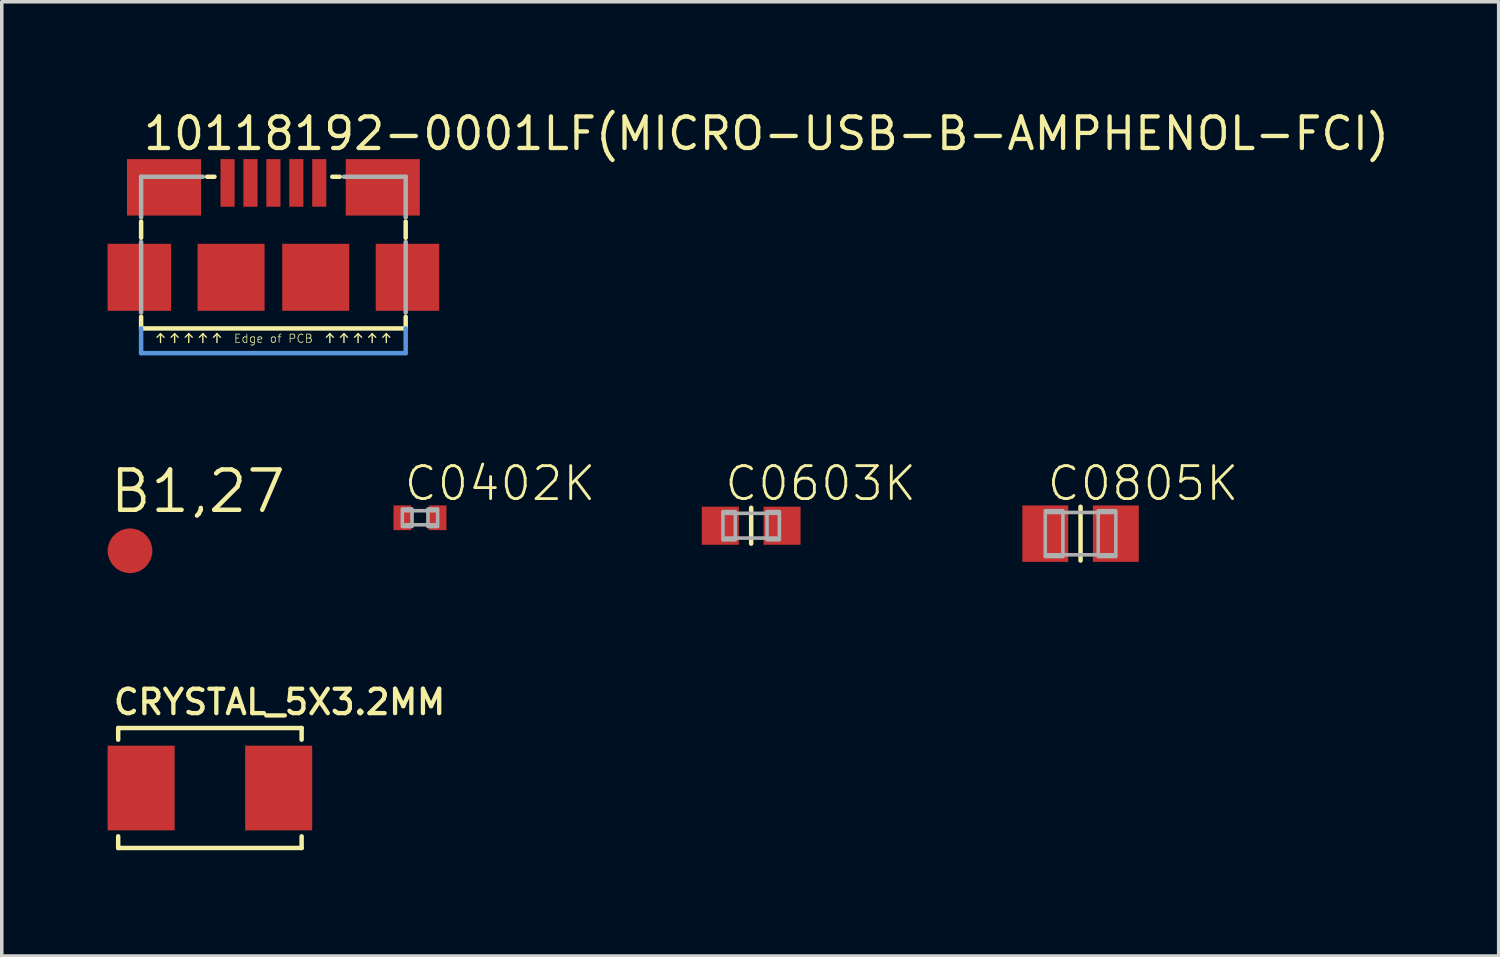
<source format=kicad_pcb>
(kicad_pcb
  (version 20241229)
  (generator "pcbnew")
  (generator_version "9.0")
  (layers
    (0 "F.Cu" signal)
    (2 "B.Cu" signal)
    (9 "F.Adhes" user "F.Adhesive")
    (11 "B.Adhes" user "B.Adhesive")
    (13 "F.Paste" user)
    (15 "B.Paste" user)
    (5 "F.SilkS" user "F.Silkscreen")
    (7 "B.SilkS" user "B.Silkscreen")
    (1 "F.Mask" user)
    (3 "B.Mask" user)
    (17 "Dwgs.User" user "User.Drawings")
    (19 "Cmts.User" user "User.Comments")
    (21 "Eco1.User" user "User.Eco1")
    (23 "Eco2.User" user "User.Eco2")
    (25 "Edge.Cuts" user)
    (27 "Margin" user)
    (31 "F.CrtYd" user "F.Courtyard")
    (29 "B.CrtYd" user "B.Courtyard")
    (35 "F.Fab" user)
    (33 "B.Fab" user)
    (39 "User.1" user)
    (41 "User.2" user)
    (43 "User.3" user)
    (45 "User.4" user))
  (footprint "C0603K"
    (layer "F.Cu")
    (at 18.243 11.852)
    (property "Reference" "C0603K" (at -0.8 -0.65 0) (layer "F.SilkS") (effects (font (size 0.935 0.935) (thickness 0.081)) (justify left bottom)))
    (fp_line (start 0 -0.508) (end 0 0.508) (stroke (width 0.127) (type solid)) (layer "F.SilkS"))
    (fp_line (start -0.725 -0.35) (end 0.725 -0.35) (stroke (width 0.102) (type solid)) (layer "F.Fab"))
    (fp_line (start 0.725 0.35) (end -0.725 0.35) (stroke (width 0.102) (type solid)) (layer "F.Fab"))
    (fp_poly (pts (xy -0.8 0.4) (xy -0.45 0.4) (xy -0.45 -0.4) (xy -0.8 -0.4)) (stroke (width 0.1) (type default)) (fill no) (layer "F.Fab"))
    (fp_poly (pts (xy 0.45 0.4) (xy 0.8 0.4) (xy 0.8 -0.4) (xy 0.45 -0.4)) (stroke (width 0.1) (type default)) (fill no) (layer "F.Fab"))
    (pad "1" smd rect (at -0.875 0) (size 1.05 1.08) (layers "F.Cu" "F.Mask" "F.Paste"))
    (pad "2" smd rect (at 0.875 0) (size 1.05 1.08) (layers "F.Cu" "F.Mask" "F.Paste")))
  (footprint "C0805K"
    (layer "F.Cu")
    (at 27.58 12.077)
    (property "Reference" "C0805K" (at -1 -0.875 0) (layer "F.SilkS") (effects (font (size 0.935 0.935) (thickness 0.081)) (justify left bottom)))
    (fp_line (start 0 -0.762) (end 0 0.762) (stroke (width 0.127) (type solid)) (layer "F.SilkS"))
    (fp_line (start -0.925 -0.6) (end 0.925 -0.6) (stroke (width 0.102) (type solid)) (layer "F.Fab"))
    (fp_line (start 0.925 0.6) (end -0.925 0.6) (stroke (width 0.102) (type solid)) (layer "F.Fab"))
    (fp_poly (pts (xy -1 0.65) (xy -0.5 0.65) (xy -0.5 -0.65) (xy -1 -0.65)) (stroke (width 0.1) (type default)) (fill no) (layer "F.Fab"))
    (fp_poly (pts (xy 0.5 0.65) (xy 1 0.65) (xy 1 -0.65) (xy 0.5 -0.65)) (stroke (width 0.1) (type default)) (fill no) (layer "F.Fab"))
    (pad "1" smd rect (at -1 0) (size 1.3 1.6) (layers "F.Cu" "F.Mask" "F.Paste"))
    (pad "2" smd rect (at 1 0) (size 1.3 1.6) (layers "F.Cu" "F.Mask" "F.Paste")))
  (footprint "10118192-0001LF(MICRO-USB-B-AMPHENOL-FCI)"
    (layer "F.Cu")
    (at 4.7 4.81)
    (property "Reference" "10118192-0001LF(MICRO-USB-B-AMPHENOL-FCI)" (at -3.75 -3.55 0) (layer "F.SilkS") (effects (font (size 0.894 0.894) (thickness 0.122)) (justify left bottom)))
    (fp_line (start -3.75 -1.12) (end -3.75 -1.58) (stroke (width 0.127) (type solid)) (layer "F.SilkS"))
    (fp_line (start -3.75 1.45) (end -3.75 1.12) (stroke (width 0.127) (type solid)) (layer "F.SilkS"))
    (fp_line (start -3.75 1.45) (end 3.75 1.45) (stroke (width 0.127) (type solid)) (layer "F.SilkS"))
    (fp_line (start -3.2 1.6) (end -3.3 1.7) (stroke (width 0.038) (type solid)) (layer "F.SilkS"))
    (fp_line (start -3.2 1.6) (end -3.1 1.7) (stroke (width 0.038) (type solid)) (layer "F.SilkS"))
    (fp_line (start -3.2 1.85) (end -3.2 1.6) (stroke (width 0.038) (type solid)) (layer "F.SilkS"))
    (fp_line (start -2.8 1.6) (end -2.9 1.7) (stroke (width 0.038) (type solid)) (layer "F.SilkS"))
    (fp_line (start -2.8 1.6) (end -2.7 1.7) (stroke (width 0.038) (type solid)) (layer "F.SilkS"))
    (fp_line (start -2.8 1.85) (end -2.8 1.6) (stroke (width 0.038) (type solid)) (layer "F.SilkS"))
    (fp_line (start -2.4 1.6) (end -2.5 1.7) (stroke (width 0.038) (type solid)) (layer "F.SilkS"))
    (fp_line (start -2.4 1.6) (end -2.3 1.7) (stroke (width 0.038) (type solid)) (layer "F.SilkS"))
    (fp_line (start -2.4 1.85) (end -2.4 1.6) (stroke (width 0.038) (type solid)) (layer "F.SilkS"))
    (fp_line (start -2 1.6) (end -2.1 1.7) (stroke (width 0.038) (type solid)) (layer "F.SilkS"))
    (fp_line (start -2 1.6) (end -1.9 1.7) (stroke (width 0.038) (type solid)) (layer "F.SilkS"))
    (fp_line (start -2 1.85) (end -2 1.6) (stroke (width 0.038) (type solid)) (layer "F.SilkS"))
    (fp_line (start -1.88 -2.85) (end -1.67 -2.85) (stroke (width 0.127) (type solid)) (layer "F.SilkS"))
    (fp_line (start -1.6 1.6) (end -1.7 1.7) (stroke (width 0.038) (type solid)) (layer "F.SilkS"))
    (fp_line (start -1.6 1.6) (end -1.5 1.7) (stroke (width 0.038) (type solid)) (layer "F.SilkS"))
    (fp_line (start -1.6 1.85) (end -1.6 1.6) (stroke (width 0.038) (type solid)) (layer "F.SilkS"))
    (fp_line (start 1.6 1.6) (end 1.5 1.7) (stroke (width 0.038) (type solid)) (layer "F.SilkS"))
    (fp_line (start 1.6 1.6) (end 1.7 1.7) (stroke (width 0.038) (type solid)) (layer "F.SilkS"))
    (fp_line (start 1.6 1.85) (end 1.6 1.6) (stroke (width 0.038) (type solid)) (layer "F.SilkS"))
    (fp_line (start 1.67 -2.85) (end 1.88 -2.85) (stroke (width 0.127) (type solid)) (layer "F.SilkS"))
    (fp_line (start 2 1.6) (end 1.9 1.7) (stroke (width 0.038) (type solid)) (layer "F.SilkS"))
    (fp_line (start 2 1.6) (end 2.1 1.7) (stroke (width 0.038) (type solid)) (layer "F.SilkS"))
    (fp_line (start 2 1.85) (end 2 1.6) (stroke (width 0.038) (type solid)) (layer "F.SilkS"))
    (fp_line (start 2.4 1.6) (end 2.3 1.7) (stroke (width 0.038) (type solid)) (layer "F.SilkS"))
    (fp_line (start 2.4 1.6) (end 2.5 1.7) (stroke (width 0.038) (type solid)) (layer "F.SilkS"))
    (fp_line (start 2.4 1.85) (end 2.4 1.6) (stroke (width 0.038) (type solid)) (layer "F.SilkS"))
    (fp_line (start 2.8 1.6) (end 2.7 1.7) (stroke (width 0.038) (type solid)) (layer "F.SilkS"))
    (fp_line (start 2.8 1.6) (end 2.9 1.7) (stroke (width 0.038) (type solid)) (layer "F.SilkS"))
    (fp_line (start 2.8 1.85) (end 2.8 1.6) (stroke (width 0.038) (type solid)) (layer "F.SilkS"))
    (fp_line (start 3.2 1.6) (end 3.1 1.7) (stroke (width 0.038) (type solid)) (layer "F.SilkS"))
    (fp_line (start 3.2 1.6) (end 3.3 1.7) (stroke (width 0.038) (type solid)) (layer "F.SilkS"))
    (fp_line (start 3.2 1.85) (end 3.2 1.6) (stroke (width 0.038) (type solid)) (layer "F.SilkS"))
    (fp_line (start 3.75 -1.12) (end 3.75 -1.58) (stroke (width 0.127) (type solid)) (layer "F.SilkS"))
    (fp_line (start 3.75 1.45) (end 3.75 1.12) (stroke (width 0.127) (type solid)) (layer "F.SilkS"))
    (fp_line (start -3.75 1.45) (end -3.75 2.15) (stroke (width 0.127) (type solid)) (layer "Cmts.User"))
    (fp_line (start -3.75 2.15) (end 3.75 2.15) (stroke (width 0.127) (type solid)) (layer "Cmts.User"))
    (fp_line (start 3.75 2.15) (end 3.75 1.45) (stroke (width 0.127) (type solid)) (layer "Cmts.User"))
    (fp_line (start -3.75 -2.85) (end -3.75 -1.7) (stroke (width 0.127) (type solid)) (layer "F.Fab"))
    (fp_line (start -3.75 -1) (end -3.75 1) (stroke (width 0.127) (type solid)) (layer "F.Fab"))
    (fp_line (start -2 -2.85) (end -3.75 -2.85) (stroke (width 0.127) (type solid)) (layer "F.Fab"))
    (fp_line (start 2 -2.85) (end 3.75 -2.85) (stroke (width 0.127) (type solid)) (layer "F.Fab"))
    (fp_line (start 3.75 -2.85) (end 3.75 -1.7) (stroke (width 0.127) (type solid)) (layer "F.Fab"))
    (fp_line (start 3.75 -1) (end 3.75 1) (stroke (width 0.127) (type solid)) (layer "F.Fab"))
    (fp_text user "Edge of PCB" (at 0 1.6 0) (layer "F.SilkS") (effects (font (size 0.234 0.234) (thickness 0.02)) (justify top)))
    (pad "CGND1" smd rect (at -3.8 0) (size 1.8 1.9) (layers "F.Cu" "F.Mask" "F.Paste"))
    (pad "CGND2" smd rect (at -1.2 0) (size 1.9 1.9) (layers "F.Cu" "F.Mask" "F.Paste"))
    (pad "CGND3" smd rect (at 1.2 0) (size 1.9 1.9) (layers "F.Cu" "F.Mask" "F.Paste"))
    (pad "CGND4" smd rect (at 3.8 0) (size 1.8 1.9) (layers "F.Cu" "F.Mask" "F.Paste"))
    (pad "CGND5" smd rect (at 3.1 -2.55) (size 2.1 1.6) (layers "F.Cu" "F.Mask" "F.Paste"))
    (pad "CGND6" smd rect (at -3.1 -2.55) (size 2.1 1.6) (layers "F.Cu" "F.Mask" "F.Paste"))
    (pad "D+" smd rect (at 0 -2.675) (size 0.4 1.35) (layers "F.Cu" "F.Mask" "F.Paste"))
    (pad "D-" smd rect (at -0.65 -2.675) (size 0.4 1.35) (layers "F.Cu" "F.Mask" "F.Paste"))
    (pad "GND" smd rect (at 1.3 -2.675) (size 0.4 1.35) (layers "F.Cu" "F.Mask" "F.Paste"))
    (pad "ID" smd rect (at 0.65 -2.675) (size 0.4 1.35) (layers "F.Cu" "F.Mask" "F.Paste"))
    (pad "VBUS" smd rect (at -1.3 -2.675) (size 0.4 1.35) (layers "F.Cu" "F.Mask" "F.Paste")))
  (footprint "CRYSTAL_5X3.2MM"
    (layer "F.Cu")
    (at 2.9 19.287)
    (property "Reference" "CRYSTAL_5X3.2MM" (at -2.794 -2.032 0) (layer "F.SilkS") (effects (font (size 0.691 0.691) (thickness 0.122)) (justify left bottom)))
    (fp_line (start -2.6 -1.7) (end -2.6 -1.37) (stroke (width 0.127) (type solid)) (layer "F.SilkS"))
    (fp_line (start -2.6 1.37) (end -2.6 1.7) (stroke (width 0.127) (type solid)) (layer "F.SilkS"))
    (fp_line (start -2.6 1.7) (end 2.6 1.7) (stroke (width 0.127) (type solid)) (layer "F.SilkS"))
    (fp_line (start 2.6 -1.7) (end -2.6 -1.7) (stroke (width 0.127) (type solid)) (layer "F.SilkS"))
    (fp_line (start 2.6 -1.37) (end 2.6 -1.7) (stroke (width 0.127) (type solid)) (layer "F.SilkS"))
    (fp_line (start 2.6 1.7) (end 2.6 1.37) (stroke (width 0.127) (type solid)) (layer "F.SilkS"))
    (pad "1" smd rect (at -1.95 0) (size 1.9 2.4) (layers "F.Cu" "F.Mask" "F.Paste"))
    (pad "2" smd rect (at 1.95 0) (size 1.9 2.4) (layers "F.Cu" "F.Mask" "F.Paste")))
  (footprint "C0402K"
    (layer "F.Cu")
    (at 8.855 11.627)
    (property "Reference" "C0402K" (at -0.5 -0.425 0) (layer "F.SilkS") (effects (font (size 0.935 0.935) (thickness 0.081)) (justify left bottom)))
    (fp_line (start -0.425 -0.2) (end 0.425 -0.2) (stroke (width 0.102) (type solid)) (layer "F.Fab"))
    (fp_line (start 0.425 0.2) (end -0.425 0.2) (stroke (width 0.102) (type solid)) (layer "F.Fab"))
    (fp_poly (pts (xy -0.5 0.25) (xy -0.225 0.25) (xy -0.225 -0.25) (xy -0.5 -0.25)) (stroke (width 0.1) (type default)) (fill no) (layer "F.Fab"))
    (fp_poly (pts (xy 0.225 0.25) (xy 0.5 0.25) (xy 0.5 -0.25) (xy 0.225 -0.25)) (stroke (width 0.1) (type default)) (fill no) (layer "F.Fab"))
    (pad "1" smd rect (at -0.5 0) (size 0.5 0.7) (layers "F.Cu" "F.Mask" "F.Paste"))
    (pad "2" smd rect (at 0.5 0) (size 0.5 0.7) (layers "F.Cu" "F.Mask" "F.Paste")))
  (footprint "B1,27"
    (layer "F.Cu")
    (at 0.635 12.563)
    (property "Reference" "B1,27" (at -0.635 -1.016 0) (layer "F.SilkS") (effects (font (size 1.143 1.143) (thickness 0.127)) (justify left bottom)))
    (pad "TP" smd roundrect (at 0 0) (size 1.27 1.27) (layers "F.Cu" "F.Mask") (roundrect_rratio 0.5)))
  (gr_rect
    (start -3 -3)
    (end 39.432 24.05)
    (stroke (width 0.1) (type default))
    (fill no)
    (layer "Edge.Cuts")))
</source>
